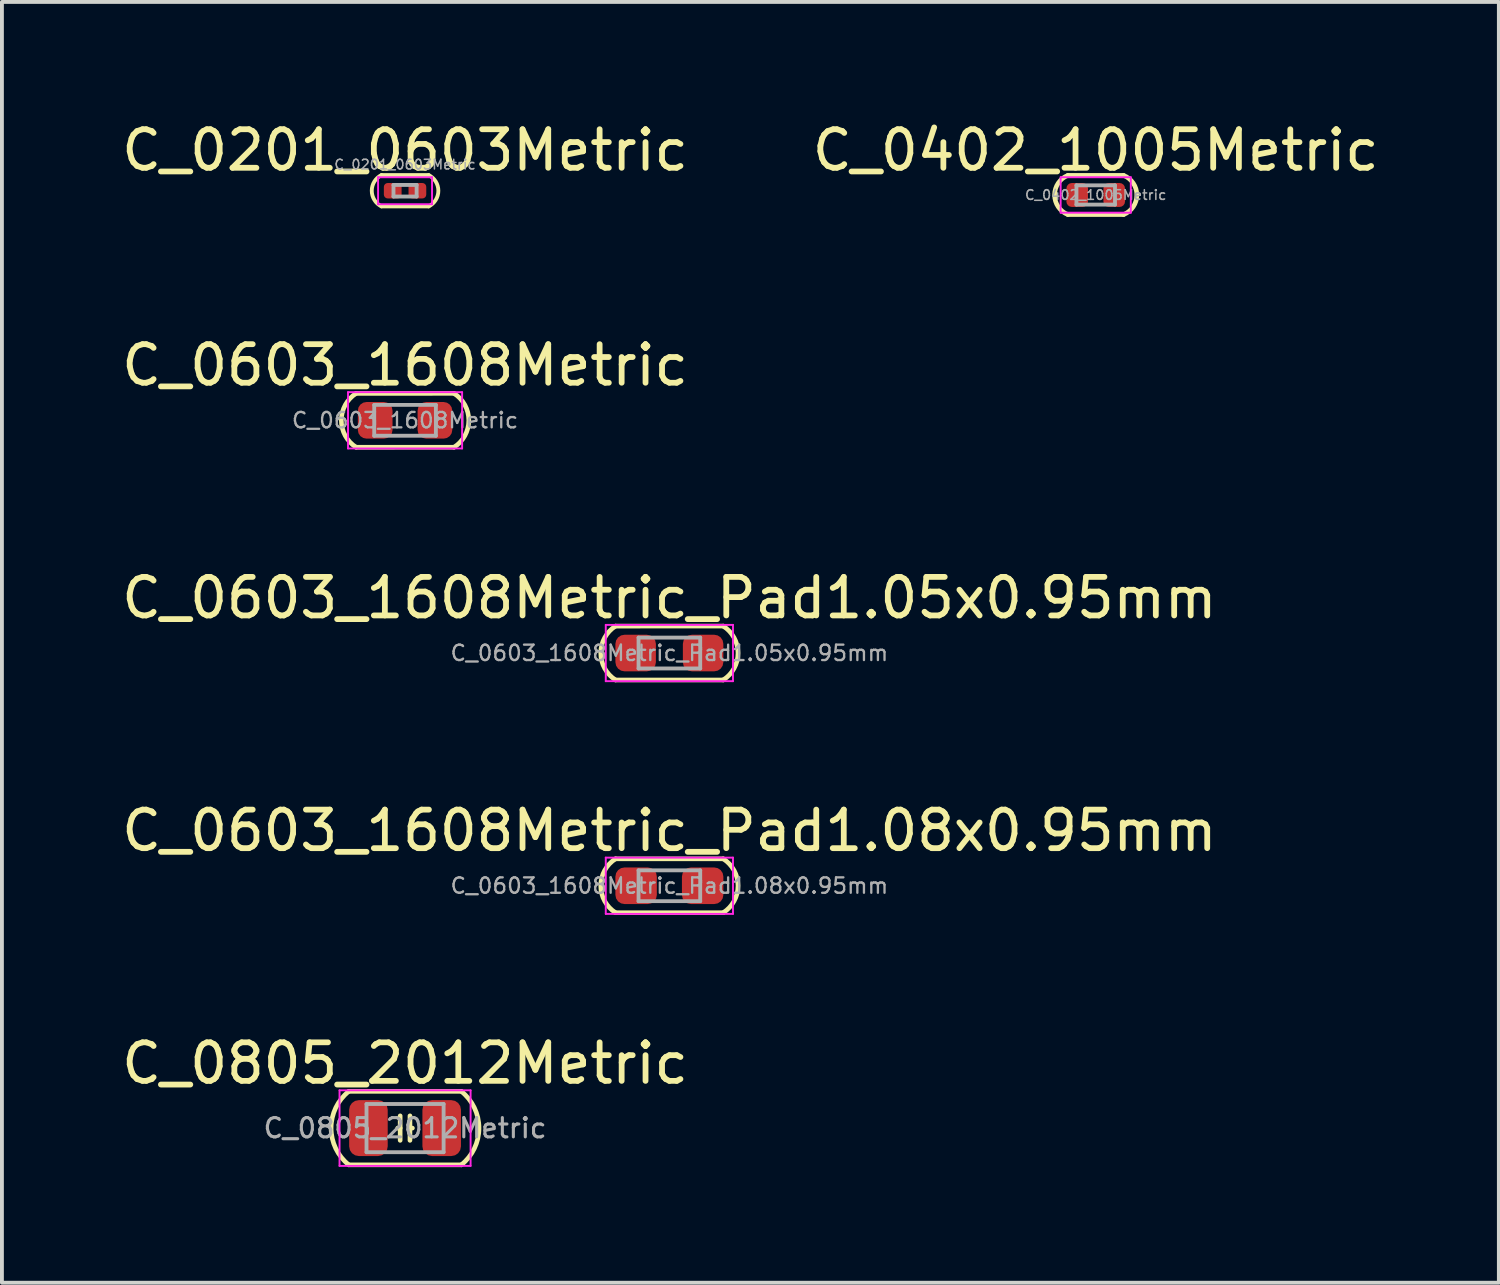
<source format=kicad_pcb>
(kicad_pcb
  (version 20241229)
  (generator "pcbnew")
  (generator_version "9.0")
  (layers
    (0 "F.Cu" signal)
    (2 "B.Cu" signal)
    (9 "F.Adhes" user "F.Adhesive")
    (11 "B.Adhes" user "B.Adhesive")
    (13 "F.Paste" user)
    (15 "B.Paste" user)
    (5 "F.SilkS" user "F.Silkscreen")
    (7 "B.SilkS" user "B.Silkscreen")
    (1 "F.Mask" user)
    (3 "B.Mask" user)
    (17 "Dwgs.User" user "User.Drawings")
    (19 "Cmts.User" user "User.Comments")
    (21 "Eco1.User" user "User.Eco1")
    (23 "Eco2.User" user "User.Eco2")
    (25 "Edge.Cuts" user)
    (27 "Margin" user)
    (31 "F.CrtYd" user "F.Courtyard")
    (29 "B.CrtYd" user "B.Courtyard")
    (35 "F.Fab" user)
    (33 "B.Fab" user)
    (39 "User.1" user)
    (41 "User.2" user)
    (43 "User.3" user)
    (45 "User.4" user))
  (footprint "C_0603_1608Metric_Pad1.08x0.95mm"
    (layer "F.Cu")
    (at 14.315 19.928)
    (property "Reference" "C_0603_1608Metric_Pad1.08x0.95mm" (at 0 -1.43 0) (layer "F.SilkS") (effects (font (size 1 1) (thickness 0.15))))
    (attr smd)
    (fp_line (start -1.397 0.699) (end 1.397 0.699) (stroke (width 0.12) (type solid)) (layer "F.SilkS"))
    (fp_line (start 1.397 -0.698) (end -1.397 -0.698) (stroke (width 0.12) (type solid)) (layer "F.SilkS"))
    (fp_arc (start -1.396999 0.6985) (mid -1.780438 0.000001) (end -1.397 -0.698499) (stroke (width 0.12) (type solid)) (layer "F.SilkS"))
    (fp_arc (start 1.396999 -0.698498) (mid 1.780438 0.000001) (end 1.397 0.698501) (stroke (width 0.12) (type solid)) (layer "F.SilkS"))
    (fp_line (start -1.65 -0.73) (end 1.65 -0.73) (stroke (width 0.05) (type solid)) (layer "F.CrtYd"))
    (fp_line (start -1.65 0.73) (end -1.65 -0.73) (stroke (width 0.05) (type solid)) (layer "F.CrtYd"))
    (fp_line (start 1.65 -0.73) (end 1.65 0.73) (stroke (width 0.05) (type solid)) (layer "F.CrtYd"))
    (fp_line (start 1.65 0.73) (end -1.65 0.73) (stroke (width 0.05) (type solid)) (layer "F.CrtYd"))
    (fp_line (start -0.8 -0.4) (end 0.8 -0.4) (stroke (width 0.1) (type solid)) (layer "F.Fab"))
    (fp_line (start -0.8 0.4) (end -0.8 -0.4) (stroke (width 0.1) (type solid)) (layer "F.Fab"))
    (fp_line (start 0.8 -0.4) (end 0.8 0.4) (stroke (width 0.1) (type solid)) (layer "F.Fab"))
    (fp_line (start 0.8 0.4) (end -0.8 0.4) (stroke (width 0.1) (type solid)) (layer "F.Fab"))
    (fp_text user "${REFERENCE}" (at 0 0 0) (layer "F.Fab") (effects (font (size 0.4 0.4) (thickness 0.06))))
    (pad "1" smd roundrect (at -0.863 0) (size 1.075 0.95) (layers "F.Cu" "F.Mask" "F.Paste") (roundrect_rratio 0.25))
    (pad "2" smd roundrect (at 0.863 0) (size 1.075 0.95) (layers "F.Cu" "F.Mask" "F.Paste") (roundrect_rratio 0.25)))
  (footprint "C_0805_2012Metric"
    (layer "F.Cu")
    (at 7.458 26.215)
    (property "Reference" "C_0805_2012Metric" (at 0 -1.68 0) (layer "F.SilkS") (effects (font (size 1 1) (thickness 0.15))))
    (attr smd)
    (fp_line (start -1.46 0.953) (end 1.46 0.953) (stroke (width 0.12) (type solid)) (layer "F.SilkS"))
    (fp_line (start -0.127 -0.318) (end -0.127 0.318) (stroke (width 0.12) (type solid)) (layer "F.SilkS"))
    (fp_line (start -0.127 0) (end -0.191 0) (stroke (width 0.12) (type solid)) (layer "F.SilkS"))
    (fp_line (start 0.127 0) (end 0.191 0) (stroke (width 0.12) (type solid)) (layer "F.SilkS"))
    (fp_line (start 0.127 0.318) (end 0.127 -0.318) (stroke (width 0.12) (type solid)) (layer "F.SilkS"))
    (fp_line (start 1.46 -0.953) (end -1.46 -0.953) (stroke (width 0.12) (type solid)) (layer "F.SilkS"))
    (fp_arc (start -1.4605 0.9525) (mid -1.918295 0) (end -1.4605 -0.9525) (stroke (width 0.12) (type solid)) (layer "F.SilkS"))
    (fp_arc (start 1.4605 -0.9525) (mid 1.918295 0) (end 1.4605 0.9525) (stroke (width 0.12) (type solid)) (layer "F.SilkS"))
    (fp_line (start -1.7 -0.98) (end 1.7 -0.98) (stroke (width 0.05) (type solid)) (layer "F.CrtYd"))
    (fp_line (start -1.7 0.98) (end -1.7 -0.98) (stroke (width 0.05) (type solid)) (layer "F.CrtYd"))
    (fp_line (start 1.7 -0.98) (end 1.7 0.98) (stroke (width 0.05) (type solid)) (layer "F.CrtYd"))
    (fp_line (start 1.7 0.98) (end -1.7 0.98) (stroke (width 0.05) (type solid)) (layer "F.CrtYd"))
    (fp_line (start -1 -0.625) (end 1 -0.625) (stroke (width 0.1) (type solid)) (layer "F.Fab"))
    (fp_line (start -1 0.625) (end -1 -0.625) (stroke (width 0.1) (type solid)) (layer "F.Fab"))
    (fp_line (start 1 -0.625) (end 1 0.625) (stroke (width 0.1) (type solid)) (layer "F.Fab"))
    (fp_line (start 1 0.625) (end -1 0.625) (stroke (width 0.1) (type solid)) (layer "F.Fab"))
    (fp_text user "${REFERENCE}" (at 0 0 0) (layer "F.Fab") (effects (font (size 0.5 0.5) (thickness 0.08))))
    (pad "1" smd roundrect (at -0.95 0) (size 1 1.45) (layers "F.Cu" "F.Mask" "F.Paste") (roundrect_rratio 0.25))
    (pad "2" smd roundrect (at 0.95 0) (size 1 1.45) (layers "F.Cu" "F.Mask" "F.Paste") (roundrect_rratio 0.25)))
  (footprint "C_0603_1608Metric"
    (layer "F.Cu")
    (at 7.458 7.854)
    (property "Reference" "C_0603_1608Metric" (at 0 -1.43 0) (layer "F.SilkS") (effects (font (size 1 1) (thickness 0.15))))
    (attr smd)
    (fp_line (start -1.27 0.699) (end 1.27 0.698) (stroke (width 0.12) (type solid)) (layer "F.SilkS"))
    (fp_line (start 1.27 -0.699) (end -1.27 -0.698) (stroke (width 0.12) (type solid)) (layer "F.SilkS"))
    (fp_arc (start -1.269999 0.698502) (mid -1.653438 0.000003) (end -1.27 -0.698497) (stroke (width 0.12) (type solid)) (layer "F.SilkS"))
    (fp_arc (start 1.269999 -0.6985) (mid 1.653438 -0.000001) (end 1.27 0.698499) (stroke (width 0.12) (type solid)) (layer "F.SilkS"))
    (fp_line (start -1.48 -0.73) (end 1.48 -0.73) (stroke (width 0.05) (type solid)) (layer "F.CrtYd"))
    (fp_line (start -1.48 0.73) (end -1.48 -0.73) (stroke (width 0.05) (type solid)) (layer "F.CrtYd"))
    (fp_line (start 1.48 -0.73) (end 1.48 0.73) (stroke (width 0.05) (type solid)) (layer "F.CrtYd"))
    (fp_line (start 1.48 0.73) (end -1.48 0.73) (stroke (width 0.05) (type solid)) (layer "F.CrtYd"))
    (fp_line (start -0.8 -0.4) (end 0.8 -0.4) (stroke (width 0.1) (type solid)) (layer "F.Fab"))
    (fp_line (start -0.8 0.4) (end -0.8 -0.4) (stroke (width 0.1) (type solid)) (layer "F.Fab"))
    (fp_line (start 0.8 -0.4) (end 0.8 0.4) (stroke (width 0.1) (type solid)) (layer "F.Fab"))
    (fp_line (start 0.8 0.4) (end -0.8 0.4) (stroke (width 0.1) (type solid)) (layer "F.Fab"))
    (fp_text user "${REFERENCE}" (at 0 0 0) (layer "F.Fab") (effects (font (size 0.4 0.4) (thickness 0.06))))
    (pad "1" smd roundrect (at -0.775 0) (size 0.9 0.95) (layers "F.Cu" "F.Mask" "F.Paste") (roundrect_rratio 0.25))
    (pad "2" smd roundrect (at 0.775 0) (size 0.9 0.95) (layers "F.Cu" "F.Mask" "F.Paste") (roundrect_rratio 0.25)))
  (footprint "C_0603_1608Metric_Pad1.05x0.95mm"
    (layer "F.Cu")
    (at 14.315 13.891)
    (property "Reference" "C_0603_1608Metric_Pad1.05x0.95mm" (at 0 -1.43 0) (layer "F.SilkS") (effects (font (size 1 1) (thickness 0.15))))
    (attr smd)
    (fp_line (start -1.397 0.699) (end 1.397 0.698) (stroke (width 0.12) (type solid)) (layer "F.SilkS"))
    (fp_line (start 1.397 -0.699) (end -1.397 -0.698) (stroke (width 0.12) (type solid)) (layer "F.SilkS"))
    (fp_arc (start -1.396999 0.6985) (mid -1.780438 0.000001) (end -1.397 -0.698499) (stroke (width 0.12) (type solid)) (layer "F.SilkS"))
    (fp_arc (start 1.397 -0.6985) (mid 1.780439 -0.000001) (end 1.397001 0.698499) (stroke (width 0.12) (type solid)) (layer "F.SilkS"))
    (fp_line (start -1.65 -0.73) (end 1.65 -0.73) (stroke (width 0.05) (type solid)) (layer "F.CrtYd"))
    (fp_line (start -1.65 0.73) (end -1.65 -0.73) (stroke (width 0.05) (type solid)) (layer "F.CrtYd"))
    (fp_line (start 1.65 -0.73) (end 1.65 0.73) (stroke (width 0.05) (type solid)) (layer "F.CrtYd"))
    (fp_line (start 1.65 0.73) (end -1.65 0.73) (stroke (width 0.05) (type solid)) (layer "F.CrtYd"))
    (fp_line (start -0.8 -0.4) (end 0.8 -0.4) (stroke (width 0.1) (type solid)) (layer "F.Fab"))
    (fp_line (start -0.8 0.4) (end -0.8 -0.4) (stroke (width 0.1) (type solid)) (layer "F.Fab"))
    (fp_line (start 0.8 -0.4) (end 0.8 0.4) (stroke (width 0.1) (type solid)) (layer "F.Fab"))
    (fp_line (start 0.8 0.4) (end -0.8 0.4) (stroke (width 0.1) (type solid)) (layer "F.Fab"))
    (fp_text user "${REFERENCE}" (at 0 0 0) (layer "F.Fab") (effects (font (size 0.4 0.4) (thickness 0.06))))
    (pad "1" smd roundrect (at -0.875 0) (size 1.05 0.95) (layers "F.Cu" "F.Mask" "F.Paste") (roundrect_rratio 0.25))
    (pad "2" smd roundrect (at 0.875 0) (size 1.05 0.95) (layers "F.Cu" "F.Mask" "F.Paste") (roundrect_rratio 0.25)))
  (footprint "C_0402_1005Metric"
    (layer "F.Cu")
    (at 25.375 2.008)
    (property "Reference" "C_0402_1005Metric" (at 0 -1.16 0) (layer "F.SilkS") (effects (font (size 1 1) (thickness 0.15))))
    (attr smd)
    (fp_line (start -0.723 0.508) (end 0.723 0.508) (stroke (width 0.12) (type solid)) (layer "F.SilkS"))
    (fp_line (start 0.723 -0.508) (end -0.723 -0.508) (stroke (width 0.12) (type solid)) (layer "F.SilkS"))
    (fp_arc (start -0.722867 0.508) (mid -1.066799 0.000001) (end -0.722868 -0.507998) (stroke (width 0.12) (type solid)) (layer "F.SilkS"))
    (fp_arc (start 0.722867 -0.507998) (mid 1.066799 0.000001) (end 0.722868 0.508) (stroke (width 0.12) (type solid)) (layer "F.SilkS"))
    (fp_line (start -0.91 -0.46) (end 0.91 -0.46) (stroke (width 0.05) (type solid)) (layer "F.CrtYd"))
    (fp_line (start -0.91 0.46) (end -0.91 -0.46) (stroke (width 0.05) (type solid)) (layer "F.CrtYd"))
    (fp_line (start 0.91 -0.46) (end 0.91 0.46) (stroke (width 0.05) (type solid)) (layer "F.CrtYd"))
    (fp_line (start 0.91 0.46) (end -0.91 0.46) (stroke (width 0.05) (type solid)) (layer "F.CrtYd"))
    (fp_line (start -0.5 -0.25) (end 0.5 -0.25) (stroke (width 0.1) (type solid)) (layer "F.Fab"))
    (fp_line (start -0.5 0.25) (end -0.5 -0.25) (stroke (width 0.1) (type solid)) (layer "F.Fab"))
    (fp_line (start 0.5 -0.25) (end 0.5 0.25) (stroke (width 0.1) (type solid)) (layer "F.Fab"))
    (fp_line (start 0.5 0.25) (end -0.5 0.25) (stroke (width 0.1) (type solid)) (layer "F.Fab"))
    (fp_text user "${REFERENCE}" (at 0 0 0) (layer "F.Fab") (effects (font (size 0.25 0.25) (thickness 0.04))))
    (pad "1" smd roundrect (at -0.48 0) (size 0.56 0.62) (layers "F.Cu" "F.Mask" "F.Paste") (roundrect_rratio 0.25))
    (pad "2" smd roundrect (at 0.48 0) (size 0.56 0.62) (layers "F.Cu" "F.Mask" "F.Paste") (roundrect_rratio 0.25)))
  (footprint "C_0201_0603Metric"
    (layer "F.Cu")
    (at 7.458 1.898)
    (property "Reference" "C_0201_0603Metric" (at 0 -1.05 0) (layer "F.SilkS") (effects (font (size 1 1) (thickness 0.15))))
    (attr smd)
    (fp_line (start -0.612 0.406) (end 0.612 0.406) (stroke (width 0.1) (type solid)) (layer "F.SilkS"))
    (fp_line (start 0.612 -0.406) (end -0.612 -0.406) (stroke (width 0.1) (type solid)) (layer "F.SilkS"))
    (fp_arc (start -0.612358 0.406401) (mid -0.863601 0.000001) (end -0.612357 -0.406399) (stroke (width 0.1) (type solid)) (layer "F.SilkS"))
    (fp_arc (start 0.612358 -0.4064) (mid 0.863601 0) (end 0.612357 0.4064) (stroke (width 0.1) (type solid)) (layer "F.SilkS"))
    (fp_line (start -0.7 -0.35) (end 0.7 -0.35) (stroke (width 0.05) (type solid)) (layer "F.CrtYd"))
    (fp_line (start -0.7 0.35) (end -0.7 -0.35) (stroke (width 0.05) (type solid)) (layer "F.CrtYd"))
    (fp_line (start 0.7 -0.35) (end 0.7 0.35) (stroke (width 0.05) (type solid)) (layer "F.CrtYd"))
    (fp_line (start 0.7 0.35) (end -0.7 0.35) (stroke (width 0.05) (type solid)) (layer "F.CrtYd"))
    (fp_line (start -0.3 -0.15) (end 0.3 -0.15) (stroke (width 0.1) (type solid)) (layer "F.Fab"))
    (fp_line (start -0.3 0.15) (end -0.3 -0.15) (stroke (width 0.1) (type solid)) (layer "F.Fab"))
    (fp_line (start 0.3 -0.15) (end 0.3 0.15) (stroke (width 0.1) (type solid)) (layer "F.Fab"))
    (fp_line (start 0.3 0.15) (end -0.3 0.15) (stroke (width 0.1) (type solid)) (layer "F.Fab"))
    (fp_text user "${REFERENCE}" (at 0 -0.68 0) (layer "F.Fab") (effects (font (size 0.25 0.25) (thickness 0.04))))
    (pad "" smd roundrect (at -0.345 0) (size 0.318 0.36) (layers "F.Paste") (roundrect_rratio 0.25))
    (pad "" smd roundrect (at 0.345 0) (size 0.318 0.36) (layers "F.Paste") (roundrect_rratio 0.25))
    (pad "1" smd roundrect (at -0.32 0) (size 0.46 0.4) (layers "F.Cu" "F.Mask") (roundrect_rratio 0.25))
    (pad "2" smd roundrect (at 0.32 0) (size 0.46 0.4) (layers "F.Cu" "F.Mask") (roundrect_rratio 0.25)))
  (gr_rect
    (start -3 -3)
    (end 35.833 30.227)
    (stroke (width 0.1) (type default))
    (fill no)
    (layer "Edge.Cuts")))
</source>
